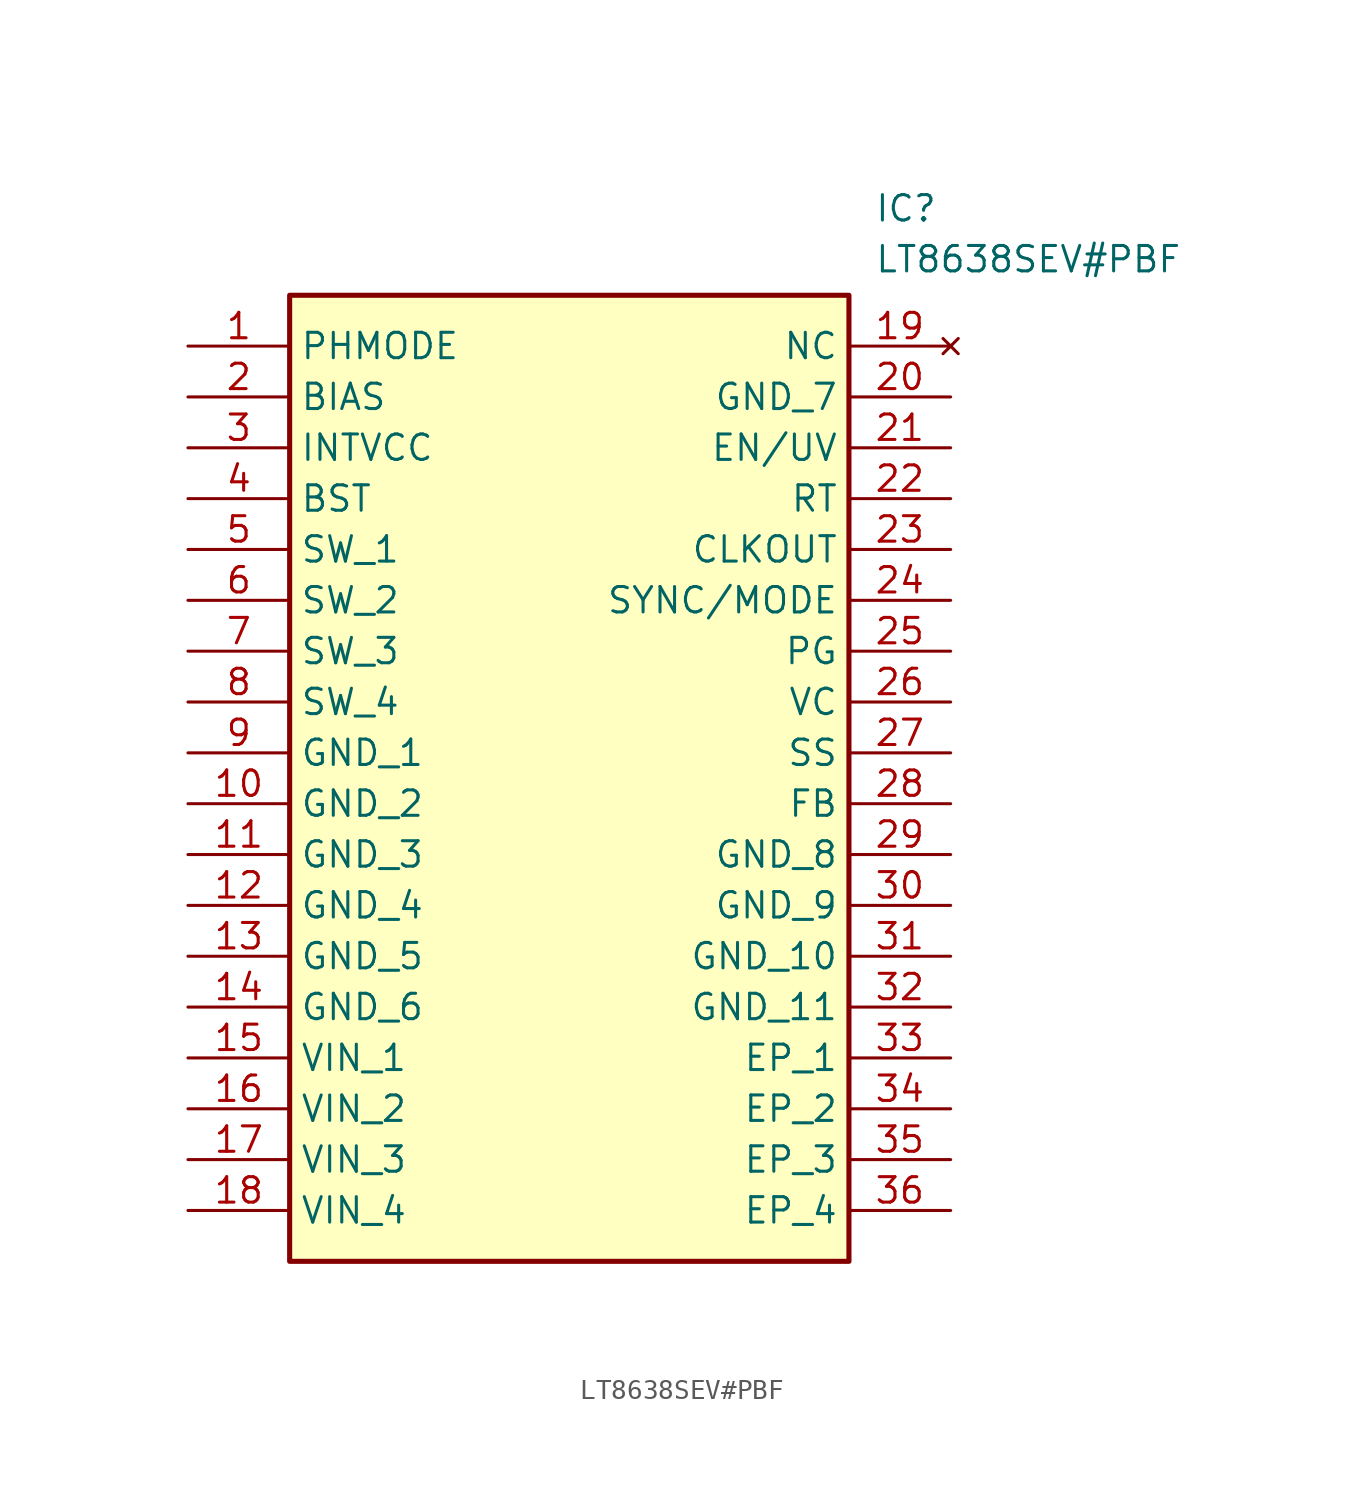
<source format=kicad_sym>
(kicad_symbol_lib
  (version 20220914)
  (generator SamacSys_ECAD_Model)
  (symbol "LT8638SEV#PBF"
    (property "Reference" "IC"
      (at 34.29 7.62 0)
      (effects (font (size 1.27 1.27)) (justify left top)))
    (property "Value" "LT8638SEV#PBF"
      (at 34.29 5.08 0)
      (effects (font (size 1.27 1.27)) (justify left top)))
    (rectangle
      (start 5.08 2.54)
      (end 33.02 -45.72)
      (stroke (width 0.254) (type default))
      (fill (type background)))
    (pin passive line
      (at 0 0 0)
      (length 5.08)
      (name "PHMODE" (effects (font (size 1.27 1.27))))
      (number "1" (effects (font (size 1.27 1.27)))))
    (pin passive line
      (at 0 -2.54 0)
      (length 5.08)
      (name "BIAS" (effects (font (size 1.27 1.27))))
      (number "2" (effects (font (size 1.27 1.27)))))
    (pin passive line
      (at 0 -5.08 0)
      (length 5.08)
      (name "INTVCC" (effects (font (size 1.27 1.27))))
      (number "3" (effects (font (size 1.27 1.27)))))
    (pin passive line
      (at 0 -7.62 0)
      (length 5.08)
      (name "BST" (effects (font (size 1.27 1.27))))
      (number "4" (effects (font (size 1.27 1.27)))))
    (pin passive line
      (at 0 -10.16 0)
      (length 5.08)
      (name "SW_1" (effects (font (size 1.27 1.27))))
      (number "5" (effects (font (size 1.27 1.27)))))
    (pin passive line
      (at 0 -12.7 0)
      (length 5.08)
      (name "SW_2" (effects (font (size 1.27 1.27))))
      (number "6" (effects (font (size 1.27 1.27)))))
    (pin passive line
      (at 0 -15.24 0)
      (length 5.08)
      (name "SW_3" (effects (font (size 1.27 1.27))))
      (number "7" (effects (font (size 1.27 1.27)))))
    (pin passive line
      (at 0 -17.78 0)
      (length 5.08)
      (name "SW_4" (effects (font (size 1.27 1.27))))
      (number "8" (effects (font (size 1.27 1.27)))))
    (pin passive line
      (at 0 -20.32 0)
      (length 5.08)
      (name "GND_1" (effects (font (size 1.27 1.27))))
      (number "9" (effects (font (size 1.27 1.27)))))
    (pin passive line
      (at 0 -22.86 0)
      (length 5.08)
      (name "GND_2" (effects (font (size 1.27 1.27))))
      (number "10" (effects (font (size 1.27 1.27)))))
    (pin passive line
      (at 0 -25.4 0)
      (length 5.08)
      (name "GND_3" (effects (font (size 1.27 1.27))))
      (number "11" (effects (font (size 1.27 1.27)))))
    (pin passive line
      (at 0 -27.94 0)
      (length 5.08)
      (name "GND_4" (effects (font (size 1.27 1.27))))
      (number "12" (effects (font (size 1.27 1.27)))))
    (pin passive line
      (at 0 -30.48 0)
      (length 5.08)
      (name "GND_5" (effects (font (size 1.27 1.27))))
      (number "13" (effects (font (size 1.27 1.27)))))
    (pin passive line
      (at 0 -33.02 0)
      (length 5.08)
      (name "GND_6" (effects (font (size 1.27 1.27))))
      (number "14" (effects (font (size 1.27 1.27)))))
    (pin passive line
      (at 0 -35.56 0)
      (length 5.08)
      (name "VIN_1" (effects (font (size 1.27 1.27))))
      (number "15" (effects (font (size 1.27 1.27)))))
    (pin passive line
      (at 0 -38.1 0)
      (length 5.08)
      (name "VIN_2" (effects (font (size 1.27 1.27))))
      (number "16" (effects (font (size 1.27 1.27)))))
    (pin passive line
      (at 0 -40.64 0)
      (length 5.08)
      (name "VIN_3" (effects (font (size 1.27 1.27))))
      (number "17" (effects (font (size 1.27 1.27)))))
    (pin passive line
      (at 0 -43.18 0)
      (length 5.08)
      (name "VIN_4" (effects (font (size 1.27 1.27))))
      (number "18" (effects (font (size 1.27 1.27)))))
    (pin no_connect line
      (at 38.1 0 180)
      (length 5.08)
      (name "NC" (effects (font (size 1.27 1.27))))
      (number "19" (effects (font (size 1.27 1.27)))))
    (pin passive line
      (at 38.1 -2.54 180)
      (length 5.08)
      (name "GND_7" (effects (font (size 1.27 1.27))))
      (number "20" (effects (font (size 1.27 1.27)))))
    (pin passive line
      (at 38.1 -5.08 180)
      (length 5.08)
      (name "EN/UV" (effects (font (size 1.27 1.27))))
      (number "21" (effects (font (size 1.27 1.27)))))
    (pin passive line
      (at 38.1 -7.62 180)
      (length 5.08)
      (name "RT" (effects (font (size 1.27 1.27))))
      (number "22" (effects (font (size 1.27 1.27)))))
    (pin passive line
      (at 38.1 -10.16 180)
      (length 5.08)
      (name "CLKOUT" (effects (font (size 1.27 1.27))))
      (number "23" (effects (font (size 1.27 1.27)))))
    (pin passive line
      (at 38.1 -12.7 180)
      (length 5.08)
      (name "SYNC/MODE" (effects (font (size 1.27 1.27))))
      (number "24" (effects (font (size 1.27 1.27)))))
    (pin passive line
      (at 38.1 -15.24 180)
      (length 5.08)
      (name "PG" (effects (font (size 1.27 1.27))))
      (number "25" (effects (font (size 1.27 1.27)))))
    (pin passive line
      (at 38.1 -17.78 180)
      (length 5.08)
      (name "VC" (effects (font (size 1.27 1.27))))
      (number "26" (effects (font (size 1.27 1.27)))))
    (pin passive line
      (at 38.1 -20.32 180)
      (length 5.08)
      (name "SS" (effects (font (size 1.27 1.27))))
      (number "27" (effects (font (size 1.27 1.27)))))
    (pin passive line
      (at 38.1 -22.86 180)
      (length 5.08)
      (name "FB" (effects (font (size 1.27 1.27))))
      (number "28" (effects (font (size 1.27 1.27)))))
    (pin passive line
      (at 38.1 -25.4 180)
      (length 5.08)
      (name "GND_8" (effects (font (size 1.27 1.27))))
      (number "29" (effects (font (size 1.27 1.27)))))
    (pin passive line
      (at 38.1 -27.94 180)
      (length 5.08)
      (name "GND_9" (effects (font (size 1.27 1.27))))
      (number "30" (effects (font (size 1.27 1.27)))))
    (pin passive line
      (at 38.1 -30.48 180)
      (length 5.08)
      (name "GND_10" (effects (font (size 1.27 1.27))))
      (number "31" (effects (font (size 1.27 1.27)))))
    (pin passive line
      (at 38.1 -33.02 180)
      (length 5.08)
      (name "GND_11" (effects (font (size 1.27 1.27))))
      (number "32" (effects (font (size 1.27 1.27)))))
    (pin passive line
      (at 38.1 -35.56 180)
      (length 5.08)
      (name "EP_1" (effects (font (size 1.27 1.27))))
      (number "33" (effects (font (size 1.27 1.27)))))
    (pin passive line
      (at 38.1 -38.1 180)
      (length 5.08)
      (name "EP_2" (effects (font (size 1.27 1.27))))
      (number "34" (effects (font (size 1.27 1.27)))))
    (pin passive line
      (at 38.1 -40.64 180)
      (length 5.08)
      (name "EP_3" (effects (font (size 1.27 1.27))))
      (number "35" (effects (font (size 1.27 1.27)))))
    (pin passive line
      (at 38.1 -43.18 180)
      (length 5.08)
      (name "EP_4" (effects (font (size 1.27 1.27))))
      (number "36" (effects (font (size 1.27 1.27)))))))
</source>
